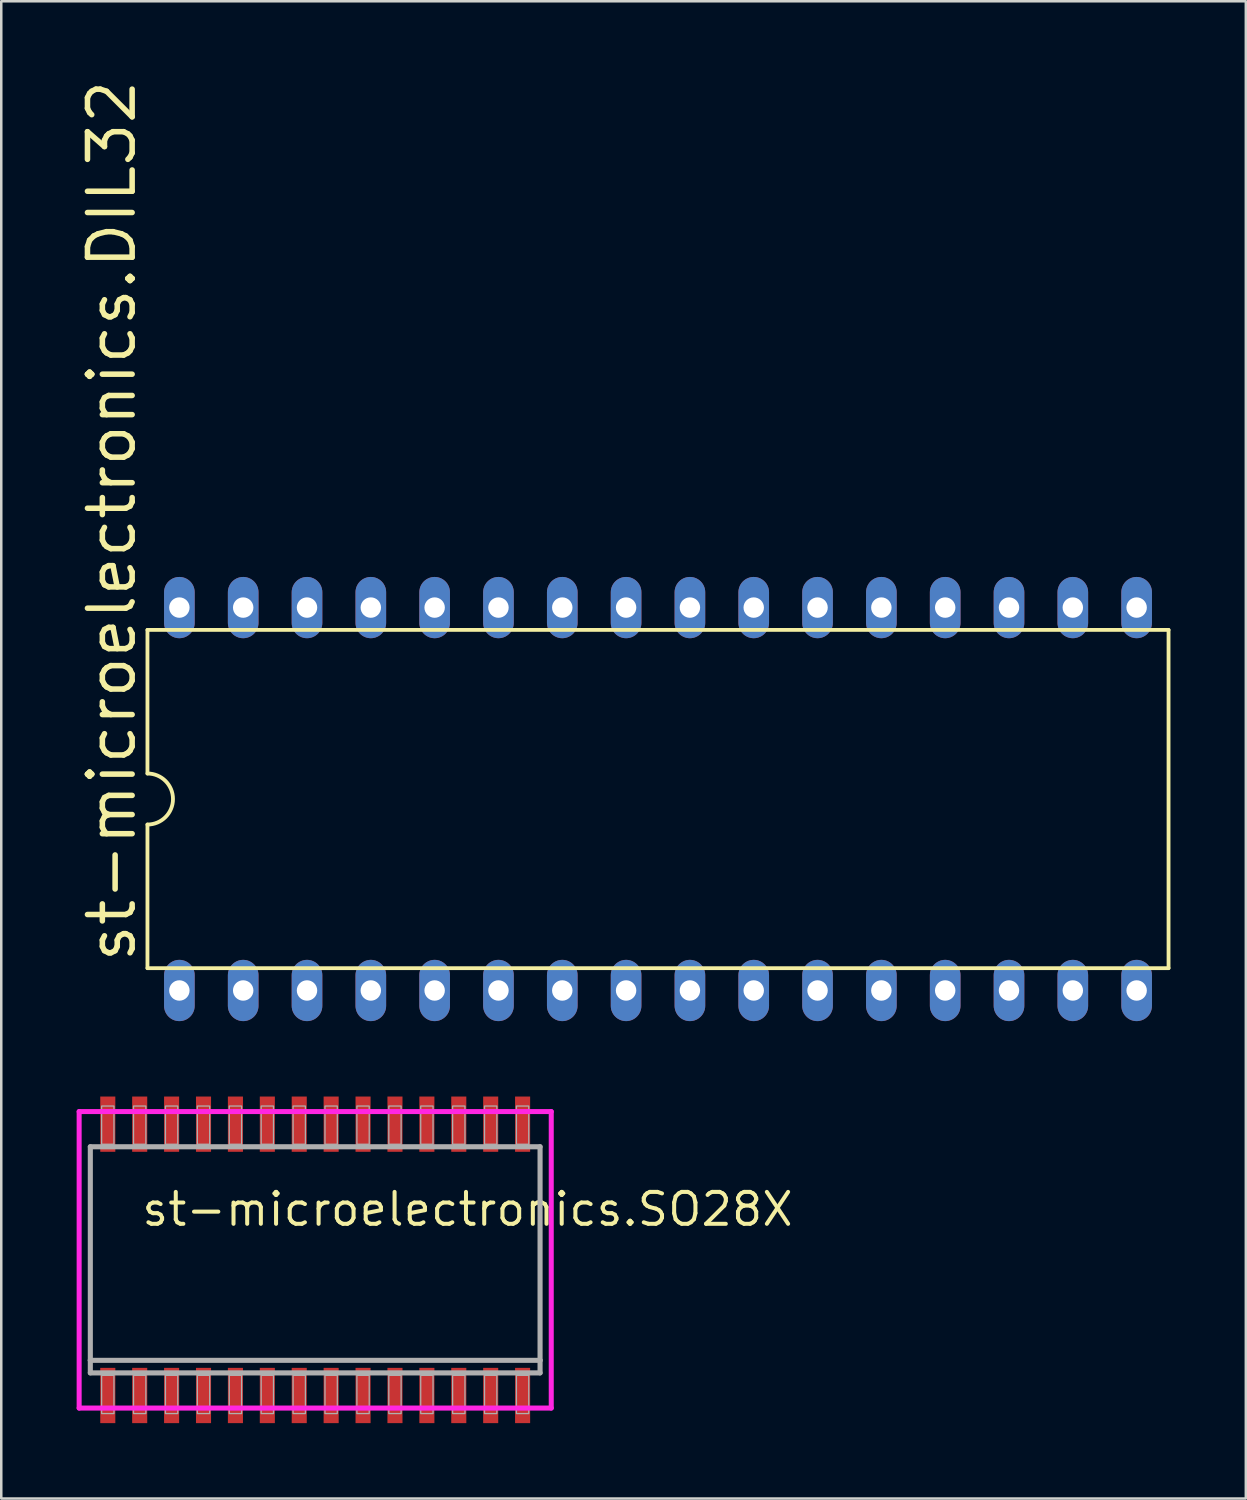
<source format=kicad_pcb>
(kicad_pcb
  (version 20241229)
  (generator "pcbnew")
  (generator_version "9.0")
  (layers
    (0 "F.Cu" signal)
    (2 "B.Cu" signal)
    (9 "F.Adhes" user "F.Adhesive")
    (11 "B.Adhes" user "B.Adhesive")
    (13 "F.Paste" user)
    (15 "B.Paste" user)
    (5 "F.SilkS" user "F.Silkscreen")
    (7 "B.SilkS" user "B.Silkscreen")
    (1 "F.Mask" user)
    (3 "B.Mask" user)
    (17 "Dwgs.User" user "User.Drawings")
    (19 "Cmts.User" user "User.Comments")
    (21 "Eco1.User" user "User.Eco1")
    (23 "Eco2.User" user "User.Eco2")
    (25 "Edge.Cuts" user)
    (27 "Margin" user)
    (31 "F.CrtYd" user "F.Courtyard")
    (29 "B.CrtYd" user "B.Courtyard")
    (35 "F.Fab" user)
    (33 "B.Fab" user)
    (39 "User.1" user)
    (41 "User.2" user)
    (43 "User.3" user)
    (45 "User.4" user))
  (footprint "st-microelectronics.SO28X"
    (layer "F.Cu")
    (at 9.495 47.092)
    (property "Reference" "st-microelectronics.SO28X" (at -6.985 -1.27 0) (layer "F.SilkS") (effects (font (size 1.27 1.27) (thickness 0.16)) (justify left bottom)))
    (attr smd)
    (fp_line (start -9.395 -5.9) (end 9.395 -5.9) (stroke (width 0.2) (type default)) (layer "F.CrtYd"))
    (fp_line (start -9.395 5.9) (end -9.395 -5.9) (stroke (width 0.2) (type default)) (layer "F.CrtYd"))
    (fp_line (start 9.395 -5.9) (end 9.395 5.9) (stroke (width 0.2) (type default)) (layer "F.CrtYd"))
    (fp_line (start 9.395 5.9) (end -9.395 5.9) (stroke (width 0.2) (type default)) (layer "F.CrtYd"))
    (fp_line (start -8.95 -4.5) (end 8.95 -4.5) (stroke (width 0.203) (type default)) (layer "F.Fab"))
    (fp_line (start -8.95 4) (end -8.95 -4.5) (stroke (width 0.203) (type default)) (layer "F.Fab"))
    (fp_line (start -8.95 4.5) (end -8.95 4) (stroke (width 0.203) (type default)) (layer "F.Fab"))
    (fp_line (start 8.95 -4.5) (end 8.95 4) (stroke (width 0.203) (type default)) (layer "F.Fab"))
    (fp_line (start 8.95 4) (end -8.95 4) (stroke (width 0.203) (type default)) (layer "F.Fab"))
    (fp_line (start 8.95 4) (end 8.95 4.5) (stroke (width 0.203) (type default)) (layer "F.Fab"))
    (fp_line (start 8.95 4.5) (end -8.95 4.5) (stroke (width 0.203) (type default)) (layer "F.Fab"))
    (fp_rect (start -8.5 -4.6) (end -8.01 -6.12) (stroke (width 0.05) (type default)) (fill no) (layer "F.Fab"))
    (fp_rect (start -8.5 6.12) (end -8.01 4.6) (stroke (width 0.05) (type default)) (fill no) (layer "F.Fab"))
    (fp_rect (start -7.23 -4.6) (end -6.74 -6.12) (stroke (width 0.05) (type default)) (fill no) (layer "F.Fab"))
    (fp_rect (start -7.23 6.12) (end -6.74 4.6) (stroke (width 0.05) (type default)) (fill no) (layer "F.Fab"))
    (fp_rect (start -5.96 -4.6) (end -5.47 -6.12) (stroke (width 0.05) (type default)) (fill no) (layer "F.Fab"))
    (fp_rect (start -5.96 6.12) (end -5.47 4.6) (stroke (width 0.05) (type default)) (fill no) (layer "F.Fab"))
    (fp_rect (start -4.69 -4.6) (end -4.2 -6.12) (stroke (width 0.05) (type default)) (fill no) (layer "F.Fab"))
    (fp_rect (start -4.69 6.12) (end -4.2 4.6) (stroke (width 0.05) (type default)) (fill no) (layer "F.Fab"))
    (fp_rect (start -3.42 -4.6) (end -2.93 -6.12) (stroke (width 0.05) (type default)) (fill no) (layer "F.Fab"))
    (fp_rect (start -3.42 6.12) (end -2.93 4.6) (stroke (width 0.05) (type default)) (fill no) (layer "F.Fab"))
    (fp_rect (start -2.15 -4.6) (end -1.66 -6.12) (stroke (width 0.05) (type default)) (fill no) (layer "F.Fab"))
    (fp_rect (start -2.15 6.12) (end -1.66 4.6) (stroke (width 0.05) (type default)) (fill no) (layer "F.Fab"))
    (fp_rect (start -0.88 -4.6) (end -0.39 -6.12) (stroke (width 0.05) (type default)) (fill no) (layer "F.Fab"))
    (fp_rect (start -0.88 6.12) (end -0.39 4.6) (stroke (width 0.05) (type default)) (fill no) (layer "F.Fab"))
    (fp_rect (start 0.39 -4.6) (end 0.88 -6.12) (stroke (width 0.05) (type default)) (fill no) (layer "F.Fab"))
    (fp_rect (start 0.39 6.12) (end 0.88 4.6) (stroke (width 0.05) (type default)) (fill no) (layer "F.Fab"))
    (fp_rect (start 1.66 -4.6) (end 2.15 -6.12) (stroke (width 0.05) (type default)) (fill no) (layer "F.Fab"))
    (fp_rect (start 1.66 6.12) (end 2.15 4.6) (stroke (width 0.05) (type default)) (fill no) (layer "F.Fab"))
    (fp_rect (start 2.93 -4.6) (end 3.42 -6.12) (stroke (width 0.05) (type default)) (fill no) (layer "F.Fab"))
    (fp_rect (start 2.93 6.12) (end 3.42 4.6) (stroke (width 0.05) (type default)) (fill no) (layer "F.Fab"))
    (fp_rect (start 4.2 -4.6) (end 4.69 -6.12) (stroke (width 0.05) (type default)) (fill no) (layer "F.Fab"))
    (fp_rect (start 4.2 6.12) (end 4.69 4.6) (stroke (width 0.05) (type default)) (fill no) (layer "F.Fab"))
    (fp_rect (start 5.47 -4.6) (end 5.96 -6.12) (stroke (width 0.05) (type default)) (fill no) (layer "F.Fab"))
    (fp_rect (start 5.47 6.12) (end 5.96 4.6) (stroke (width 0.05) (type default)) (fill no) (layer "F.Fab"))
    (fp_rect (start 6.74 -4.6) (end 7.23 -6.12) (stroke (width 0.05) (type default)) (fill no) (layer "F.Fab"))
    (fp_rect (start 6.74 6.12) (end 7.23 4.6) (stroke (width 0.05) (type default)) (fill no) (layer "F.Fab"))
    (fp_rect (start 8.01 -4.6) (end 8.5 -6.12) (stroke (width 0.05) (type default)) (fill no) (layer "F.Fab"))
    (fp_rect (start 8.01 6.12) (end 8.5 4.6) (stroke (width 0.05) (type default)) (fill no) (layer "F.Fab"))
    (pad "1" smd roundrect (at -8.255 5.4) (size 0.6 2.2) (layers "F.Cu" "F.Mask" "F.Paste") (roundrect_rratio 0.01))
    (pad "2" smd roundrect (at -6.985 5.4) (size 0.6 2.2) (layers "F.Cu" "F.Mask" "F.Paste") (roundrect_rratio 0.01))
    (pad "3" smd roundrect (at -5.715 5.4) (size 0.6 2.2) (layers "F.Cu" "F.Mask" "F.Paste") (roundrect_rratio 0.01))
    (pad "4" smd roundrect (at -4.445 5.4) (size 0.6 2.2) (layers "F.Cu" "F.Mask" "F.Paste") (roundrect_rratio 0.01))
    (pad "5" smd roundrect (at -3.175 5.4) (size 0.6 2.2) (layers "F.Cu" "F.Mask" "F.Paste") (roundrect_rratio 0.01))
    (pad "6" smd roundrect (at -1.905 5.4) (size 0.6 2.2) (layers "F.Cu" "F.Mask" "F.Paste") (roundrect_rratio 0.01))
    (pad "7" smd roundrect (at -0.635 5.4) (size 0.6 2.2) (layers "F.Cu" "F.Mask" "F.Paste") (roundrect_rratio 0.01))
    (pad "8" smd roundrect (at 0.635 5.4) (size 0.6 2.2) (layers "F.Cu" "F.Mask" "F.Paste") (roundrect_rratio 0.01))
    (pad "9" smd roundrect (at 1.905 5.4) (size 0.6 2.2) (layers "F.Cu" "F.Mask" "F.Paste") (roundrect_rratio 0.01))
    (pad "10" smd roundrect (at 3.175 5.4) (size 0.6 2.2) (layers "F.Cu" "F.Mask" "F.Paste") (roundrect_rratio 0.01))
    (pad "11" smd roundrect (at 4.445 5.4) (size 0.6 2.2) (layers "F.Cu" "F.Mask" "F.Paste") (roundrect_rratio 0.01))
    (pad "12" smd roundrect (at 5.715 5.4) (size 0.6 2.2) (layers "F.Cu" "F.Mask" "F.Paste") (roundrect_rratio 0.01))
    (pad "13" smd roundrect (at 6.985 5.4) (size 0.6 2.2) (layers "F.Cu" "F.Mask" "F.Paste") (roundrect_rratio 0.01))
    (pad "14" smd roundrect (at 8.255 5.4) (size 0.6 2.2) (layers "F.Cu" "F.Mask" "F.Paste") (roundrect_rratio 0.01))
    (pad "15" smd roundrect (at 8.255 -5.4) (size 0.6 2.2) (layers "F.Cu" "F.Mask" "F.Paste") (roundrect_rratio 0.01))
    (pad "16" smd roundrect (at 6.985 -5.4) (size 0.6 2.2) (layers "F.Cu" "F.Mask" "F.Paste") (roundrect_rratio 0.01))
    (pad "17" smd roundrect (at 5.715 -5.4) (size 0.6 2.2) (layers "F.Cu" "F.Mask" "F.Paste") (roundrect_rratio 0.01))
    (pad "18" smd roundrect (at 4.445 -5.4) (size 0.6 2.2) (layers "F.Cu" "F.Mask" "F.Paste") (roundrect_rratio 0.01))
    (pad "19" smd roundrect (at 3.175 -5.4) (size 0.6 2.2) (layers "F.Cu" "F.Mask" "F.Paste") (roundrect_rratio 0.01))
    (pad "20" smd roundrect (at 1.905 -5.4) (size 0.6 2.2) (layers "F.Cu" "F.Mask" "F.Paste") (roundrect_rratio 0.01))
    (pad "21" smd roundrect (at 0.635 -5.4) (size 0.6 2.2) (layers "F.Cu" "F.Mask" "F.Paste") (roundrect_rratio 0.01))
    (pad "22" smd roundrect (at -0.635 -5.4) (size 0.6 2.2) (layers "F.Cu" "F.Mask" "F.Paste") (roundrect_rratio 0.01))
    (pad "23" smd roundrect (at -1.905 -5.4) (size 0.6 2.2) (layers "F.Cu" "F.Mask" "F.Paste") (roundrect_rratio 0.01))
    (pad "24" smd roundrect (at -3.175 -5.4) (size 0.6 2.2) (layers "F.Cu" "F.Mask" "F.Paste") (roundrect_rratio 0.01))
    (pad "25" smd roundrect (at -4.445 -5.4) (size 0.6 2.2) (layers "F.Cu" "F.Mask" "F.Paste") (roundrect_rratio 0.01))
    (pad "26" smd roundrect (at -5.715 -5.4) (size 0.6 2.2) (layers "F.Cu" "F.Mask" "F.Paste") (roundrect_rratio 0.01))
    (pad "27" smd roundrect (at -6.985 -5.4) (size 0.6 2.2) (layers "F.Cu" "F.Mask" "F.Paste") (roundrect_rratio 0.01))
    (pad "28" smd roundrect (at -8.255 -5.4) (size 0.6 2.2) (layers "F.Cu" "F.Mask" "F.Paste") (roundrect_rratio 0.01)))
  (footprint "st-microelectronics.DIL32"
    (layer "F.Cu")
    (at 23.139 28.752)
    (property "Reference" "st-microelectronics.DIL32" (at -20.701 6.604 90) (layer "F.SilkS") (effects (font (size 1.778 1.778) (thickness 0.22)) (justify left bottom)))
    (attr through_hole)
    (fp_line (start -20.32 -6.731) (end -20.32 -1.016) (stroke (width 0.152) (type default)) (layer "F.SilkS"))
    (fp_line (start -20.32 6.731) (end -20.32 1.016) (stroke (width 0.152) (type default)) (layer "F.SilkS"))
    (fp_line (start -20.32 6.731) (end 20.32 6.731) (stroke (width 0.152) (type default)) (layer "F.SilkS"))
    (fp_line (start 20.32 -6.731) (end -20.32 -6.731) (stroke (width 0.152) (type default)) (layer "F.SilkS"))
    (fp_line (start 20.32 -6.731) (end 20.32 6.731) (stroke (width 0.152) (type default)) (layer "F.SilkS"))
    (fp_arc (start -20.32 -1.016) (mid -19.304 0) (end -20.32 1.016) (stroke (width 0.1524) (type default)) (layer "F.SilkS"))
    (pad "1" thru_hole oval (at -19.05 7.62 90) (size 2.438 1.219) (drill 0.813) (layers "*.Cu" "*.Mask"))
    (pad "2" thru_hole oval (at -16.51 7.62 90) (size 2.438 1.219) (drill 0.813) (layers "*.Cu" "*.Mask"))
    (pad "3" thru_hole oval (at -13.97 7.62 90) (size 2.438 1.219) (drill 0.813) (layers "*.Cu" "*.Mask"))
    (pad "4" thru_hole oval (at -11.43 7.62 90) (size 2.438 1.219) (drill 0.813) (layers "*.Cu" "*.Mask"))
    (pad "5" thru_hole oval (at -8.89 7.62 90) (size 2.438 1.219) (drill 0.813) (layers "*.Cu" "*.Mask"))
    (pad "6" thru_hole oval (at -6.35 7.62 90) (size 2.438 1.219) (drill 0.813) (layers "*.Cu" "*.Mask"))
    (pad "7" thru_hole oval (at -3.81 7.62 90) (size 2.438 1.219) (drill 0.813) (layers "*.Cu" "*.Mask"))
    (pad "8" thru_hole oval (at -1.27 7.62 90) (size 2.438 1.219) (drill 0.813) (layers "*.Cu" "*.Mask"))
    (pad "9" thru_hole oval (at 1.27 7.62 90) (size 2.438 1.219) (drill 0.813) (layers "*.Cu" "*.Mask"))
    (pad "10" thru_hole oval (at 3.81 7.62 90) (size 2.438 1.219) (drill 0.813) (layers "*.Cu" "*.Mask"))
    (pad "11" thru_hole oval (at 6.35 7.62 90) (size 2.438 1.219) (drill 0.813) (layers "*.Cu" "*.Mask"))
    (pad "12" thru_hole oval (at 8.89 7.62 90) (size 2.438 1.219) (drill 0.813) (layers "*.Cu" "*.Mask"))
    (pad "13" thru_hole oval (at 11.43 7.62 90) (size 2.438 1.219) (drill 0.813) (layers "*.Cu" "*.Mask"))
    (pad "14" thru_hole oval (at 13.97 7.62 90) (size 2.438 1.219) (drill 0.813) (layers "*.Cu" "*.Mask"))
    (pad "15" thru_hole oval (at 16.51 7.62 90) (size 2.438 1.219) (drill 0.813) (layers "*.Cu" "*.Mask"))
    (pad "16" thru_hole oval (at 19.05 7.62 90) (size 2.438 1.219) (drill 0.813) (layers "*.Cu" "*.Mask"))
    (pad "17" thru_hole oval (at 19.05 -7.62 90) (size 2.438 1.219) (drill 0.813) (layers "*.Cu" "*.Mask"))
    (pad "18" thru_hole oval (at 16.51 -7.62 90) (size 2.438 1.219) (drill 0.813) (layers "*.Cu" "*.Mask"))
    (pad "19" thru_hole oval (at 13.97 -7.62 90) (size 2.438 1.219) (drill 0.813) (layers "*.Cu" "*.Mask"))
    (pad "20" thru_hole oval (at 11.43 -7.62 90) (size 2.438 1.219) (drill 0.813) (layers "*.Cu" "*.Mask"))
    (pad "21" thru_hole oval (at 8.89 -7.62 90) (size 2.438 1.219) (drill 0.813) (layers "*.Cu" "*.Mask"))
    (pad "22" thru_hole oval (at 6.35 -7.62 90) (size 2.438 1.219) (drill 0.813) (layers "*.Cu" "*.Mask"))
    (pad "23" thru_hole oval (at 3.81 -7.62 90) (size 2.438 1.219) (drill 0.813) (layers "*.Cu" "*.Mask"))
    (pad "24" thru_hole oval (at 1.27 -7.62 90) (size 2.438 1.219) (drill 0.813) (layers "*.Cu" "*.Mask"))
    (pad "25" thru_hole oval (at -1.27 -7.62 90) (size 2.438 1.219) (drill 0.813) (layers "*.Cu" "*.Mask"))
    (pad "26" thru_hole oval (at -3.81 -7.62 90) (size 2.438 1.219) (drill 0.813) (layers "*.Cu" "*.Mask"))
    (pad "27" thru_hole oval (at -6.35 -7.62 90) (size 2.438 1.219) (drill 0.813) (layers "*.Cu" "*.Mask"))
    (pad "28" thru_hole oval (at -8.89 -7.62 90) (size 2.438 1.219) (drill 0.813) (layers "*.Cu" "*.Mask"))
    (pad "29" thru_hole oval (at -11.43 -7.62 90) (size 2.438 1.219) (drill 0.813) (layers "*.Cu" "*.Mask"))
    (pad "30" thru_hole oval (at -13.97 -7.62 90) (size 2.438 1.219) (drill 0.813) (layers "*.Cu" "*.Mask"))
    (pad "31" thru_hole oval (at -16.51 -7.62 90) (size 2.438 1.219) (drill 0.813) (layers "*.Cu" "*.Mask"))
    (pad "32" thru_hole oval (at -19.05 -7.62 90) (size 2.438 1.219) (drill 0.813) (layers "*.Cu" "*.Mask")))
  (gr_rect
    (start -3 -3)
    (end 46.535 56.592)
    (stroke (width 0.1) (type default))
    (fill no)
    (layer "Edge.Cuts")))
</source>
